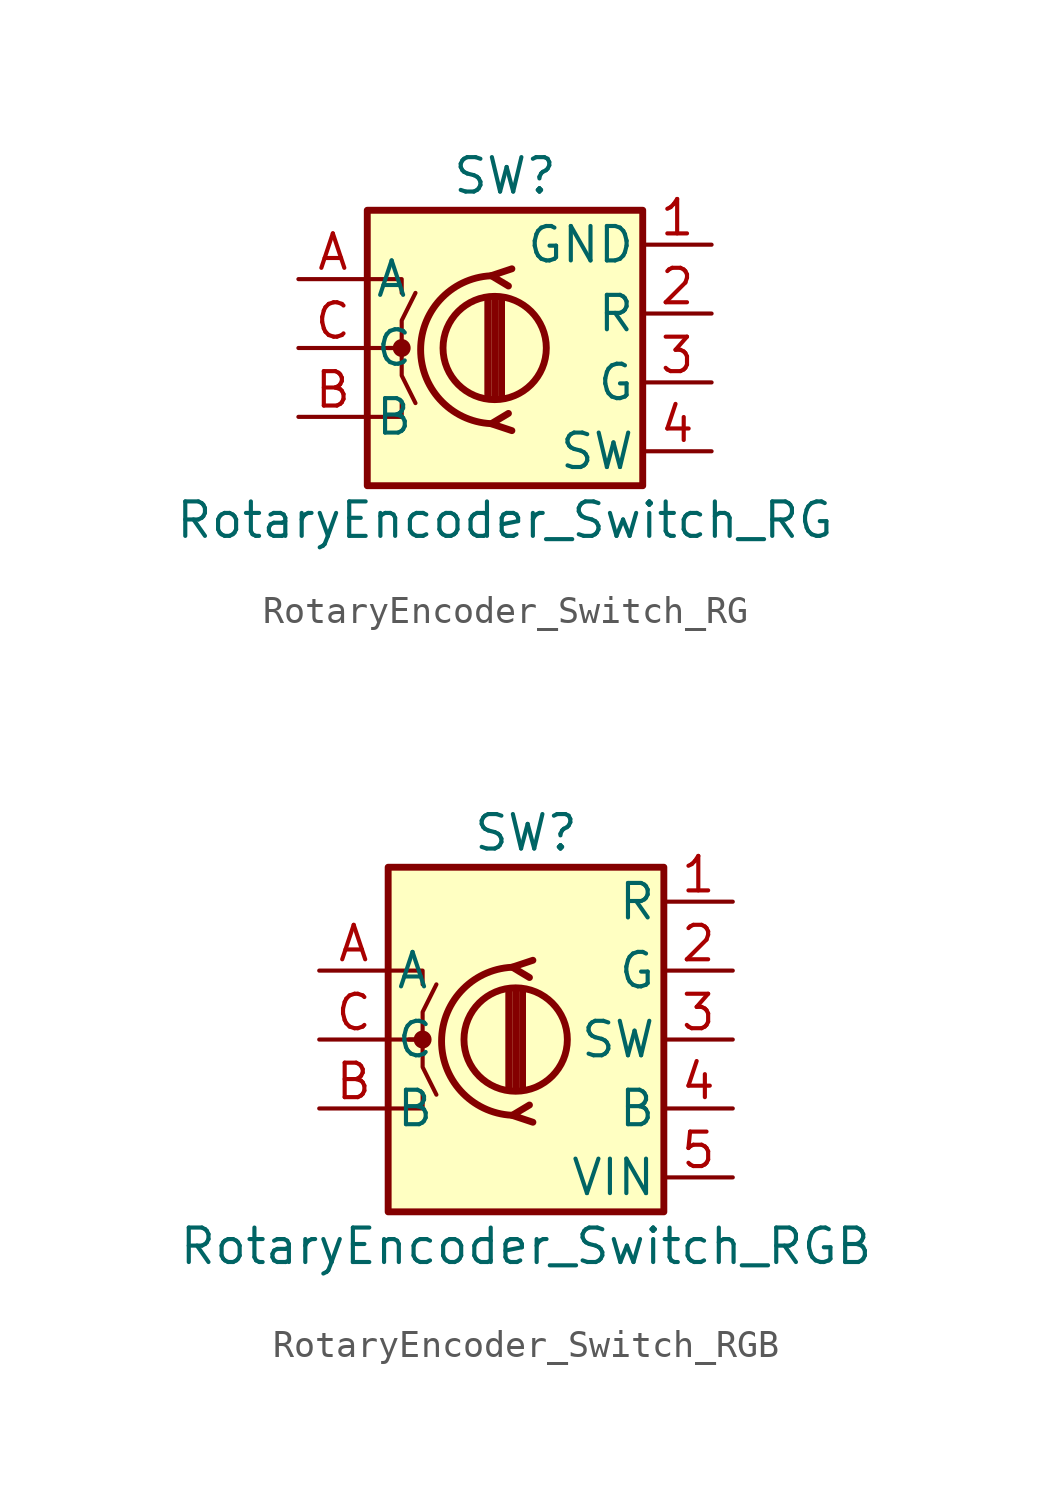
<source format=kicad_sym>
(kicad_symbol_lib
  (version 20241209)
  (generator "kicad_symbol_editor")
  (generator_version "9.0")
  (symbol "RotaryEncoder_Switch_RG"
    (pin_names
      (offset 0.254))
    (property "Reference" "SW"
      (at 0 6.35 0)
      (effects (font (size 1.27 1.27))))
    (property "Value" "RotaryEncoder_Switch_RG"
      (at 0 -6.35 0)
      (effects (font (size 1.27 1.27))))
    (symbol "RotaryEncoder_Switch_RG_0_1"
      (rectangle (start -5.08 5.08) (end 5.08 -5.08) (stroke (width 0.254) (type default)) (fill (type background)))
      (polyline (pts (xy -5.08 2.54) (xy -3.81 2.54) (xy -3.81 2.032)) (stroke (width 0) (type default)) (fill (type none)))
      (polyline (pts (xy -5.08 0) (xy -3.81 0) (xy -3.81 -1.016) (xy -3.302 -2.032)) (stroke (width 0) (type default)) (fill (type none)))
      (polyline (pts (xy -5.08 -2.54) (xy -3.81 -2.54) (xy -3.81 -2.032)) (stroke (width 0) (type default)) (fill (type none)))
      (polyline (pts (xy -4.318 0) (xy -3.81 0) (xy -3.81 1.016) (xy -3.302 2.032)) (stroke (width 0) (type default)) (fill (type none)))
      (circle (center -3.81 0) (radius 0.254) (stroke (width 0) (type default)) (fill (type outline)))
      (polyline (pts (xy -0.635 -1.778) (xy -0.635 1.778)) (stroke (width 0.254) (type default)) (fill (type none)))
      (circle (center -0.381 0) (radius 1.905) (stroke (width 0.254) (type default)) (fill (type none)))
      (polyline (pts (xy -0.381 -1.778) (xy -0.381 1.778)) (stroke (width 0.254) (type default)) (fill (type none)))
      (arc (start -0.381 -2.794) (mid -3.0988 -0.0635) (end -0.381 2.667) (stroke (width 0.254) (type default)) (fill (type none)))
      (polyline (pts (xy -0.127 1.778) (xy -0.127 -1.778)) (stroke (width 0.254) (type default)) (fill (type none)))
      (polyline (pts (xy 0.254 2.921) (xy -0.508 2.667) (xy 0.127 2.286)) (stroke (width 0.254) (type default)) (fill (type none)))
      (polyline (pts (xy 0.254 -3.048) (xy -0.508 -2.794) (xy 0.127 -2.413)) (stroke (width 0.254) (type default)) (fill (type none))))
    (symbol "RotaryEncoder_Switch_RG_1_1"
      (pin passive line (at -7.62 2.54 0) (length 2.54) (name "A" (effects (font (size 1.27 1.27)))) (number "A" (effects (font (size 1.27 1.27)))))
      (pin passive line (at -7.62 0 0) (length 2.54) (name "C" (effects (font (size 1.27 1.27)))) (number "C" (effects (font (size 1.27 1.27)))))
      (pin passive line (at -7.62 -2.54 0) (length 2.54) (name "B" (effects (font (size 1.27 1.27)))) (number "B" (effects (font (size 1.27 1.27)))))
      (pin power_in line (at 7.62 3.81 180) (length 2.54) (name "GND" (effects (font (size 1.27 1.27)))) (number "1" (effects (font (size 1.27 1.27)))))
      (pin passive line (at 7.62 1.27 180) (length 2.54) (name "R" (effects (font (size 1.27 1.27)))) (number "2" (effects (font (size 1.27 1.27)))))
      (pin passive line (at 7.62 -1.27 180) (length 2.54) (name "G" (effects (font (size 1.27 1.27)))) (number "3" (effects (font (size 1.27 1.27)))))
      (pin passive line (at 7.62 -3.81 180) (length 2.54) (name "SW" (effects (font (size 1.27 1.27)))) (number "4" (effects (font (size 1.27 1.27)))))))
  (symbol "RotaryEncoder_Switch_RGB"
    (pin_names
      (offset 0.254))
    (property "Reference" "SW"
      (at 0 7.62 0)
      (effects (font (size 1.27 1.27))))
    (property "Value" "RotaryEncoder_Switch_RGB"
      (at 0 -7.62 0)
      (effects (font (size 1.27 1.27))))
    (symbol "RotaryEncoder_Switch_RGB_0_1"
      (rectangle (start -5.08 6.35) (end 5.08 -6.35) (stroke (width 0.254) (type default)) (fill (type background)))
      (polyline (pts (xy -5.08 2.54) (xy -3.81 2.54) (xy -3.81 2.032)) (stroke (width 0) (type default)) (fill (type none)))
      (polyline (pts (xy -5.08 0) (xy -3.81 0) (xy -3.81 -1.016) (xy -3.302 -2.032)) (stroke (width 0) (type default)) (fill (type none)))
      (polyline (pts (xy -5.08 -2.54) (xy -3.81 -2.54) (xy -3.81 -2.032)) (stroke (width 0) (type default)) (fill (type none)))
      (polyline (pts (xy -4.318 0) (xy -3.81 0) (xy -3.81 1.016) (xy -3.302 2.032)) (stroke (width 0) (type default)) (fill (type none)))
      (circle (center -3.81 0) (radius 0.254) (stroke (width 0) (type default)) (fill (type outline)))
      (polyline (pts (xy -0.635 -1.778) (xy -0.635 1.778)) (stroke (width 0.254) (type default)) (fill (type none)))
      (circle (center -0.381 0) (radius 1.905) (stroke (width 0.254) (type default)) (fill (type none)))
      (polyline (pts (xy -0.381 -1.778) (xy -0.381 1.778)) (stroke (width 0.254) (type default)) (fill (type none)))
      (arc (start -0.381 -2.794) (mid -3.0988 -0.0635) (end -0.381 2.667) (stroke (width 0.254) (type default)) (fill (type none)))
      (polyline (pts (xy -0.127 1.778) (xy -0.127 -1.778)) (stroke (width 0.254) (type default)) (fill (type none)))
      (polyline (pts (xy 0.254 2.921) (xy -0.508 2.667) (xy 0.127 2.286)) (stroke (width 0.254) (type default)) (fill (type none)))
      (polyline (pts (xy 0.254 -3.048) (xy -0.508 -2.794) (xy 0.127 -2.413)) (stroke (width 0.254) (type default)) (fill (type none))))
    (symbol "RotaryEncoder_Switch_RGB_1_1"
      (pin passive line (at -7.62 2.54 0) (length 2.54) (name "A" (effects (font (size 1.27 1.27)))) (number "A" (effects (font (size 1.27 1.27)))))
      (pin passive line (at -7.62 0 0) (length 2.54) (name "C" (effects (font (size 1.27 1.27)))) (number "C" (effects (font (size 1.27 1.27)))))
      (pin passive line (at -7.62 -2.54 0) (length 2.54) (name "B" (effects (font (size 1.27 1.27)))) (number "B" (effects (font (size 1.27 1.27)))))
      (pin passive line (at 7.62 5.08 180) (length 2.54) (name "R" (effects (font (size 1.27 1.27)))) (number "1" (effects (font (size 1.27 1.27)))))
      (pin passive line (at 7.62 2.54 180) (length 2.54) (name "G" (effects (font (size 1.27 1.27)))) (number "2" (effects (font (size 1.27 1.27)))))
      (pin passive line (at 7.62 0 180) (length 2.54) (name "SW" (effects (font (size 1.27 1.27)))) (number "3" (effects (font (size 1.27 1.27)))))
      (pin passive line (at 7.62 -2.54 180) (length 2.54) (name "B" (effects (font (size 1.27 1.27)))) (number "4" (effects (font (size 1.27 1.27)))))
      (pin power_in line (at 7.62 -5.08 180) (length 2.54) (name "VIN" (effects (font (size 1.27 1.27)))) (number "5" (effects (font (size 1.27 1.27))))))))
</source>
